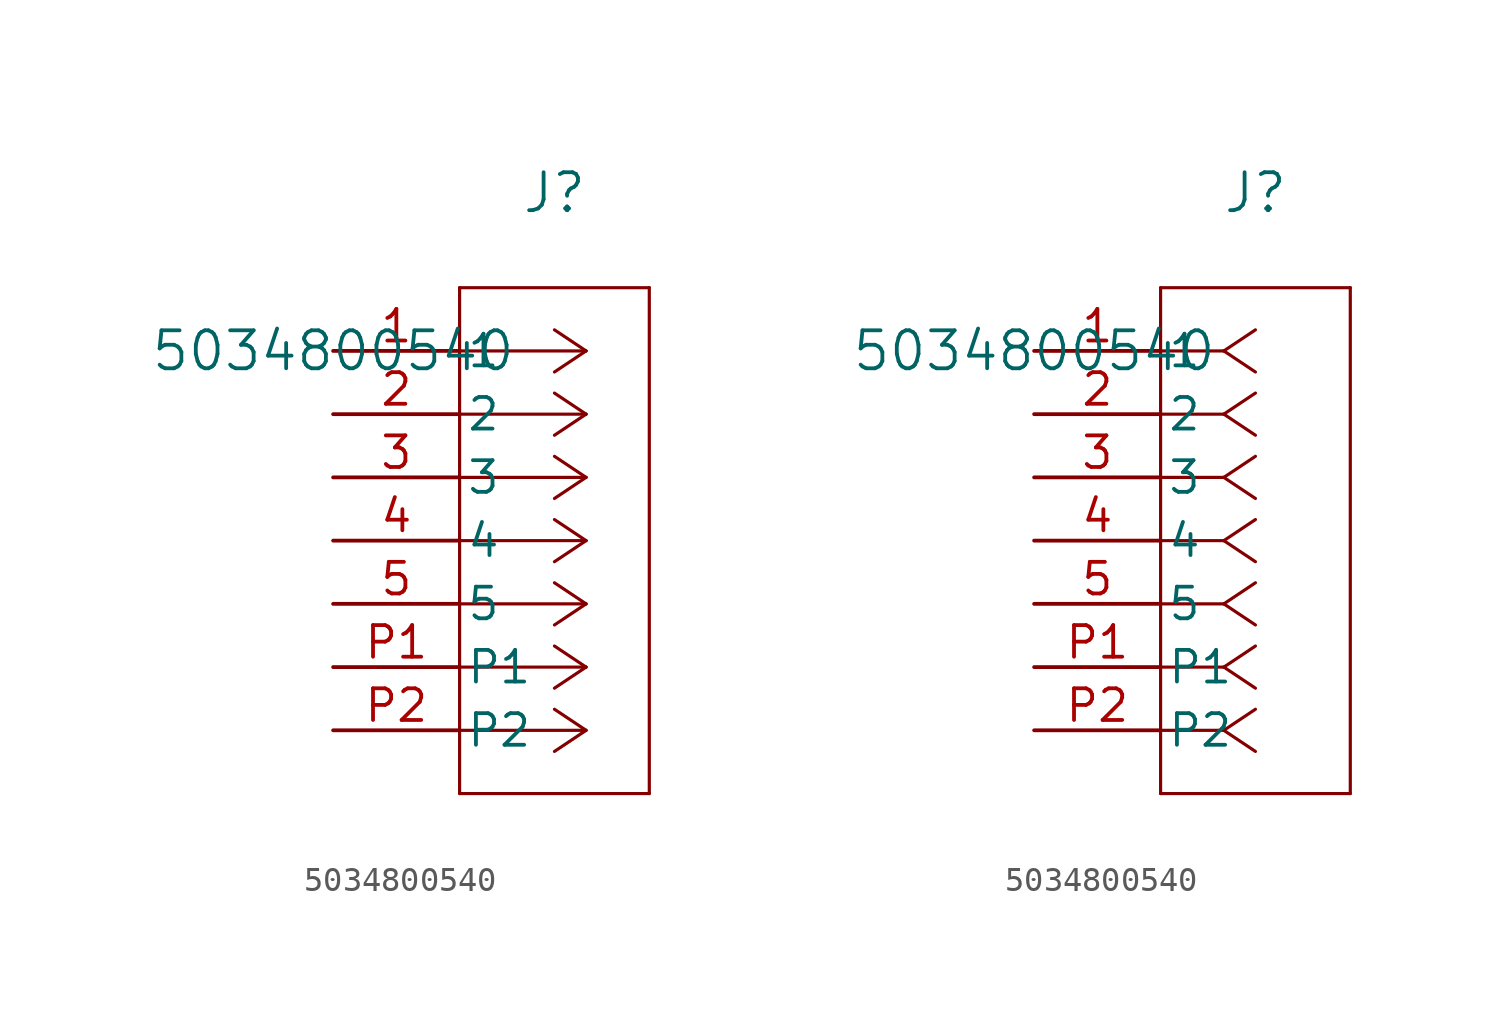
<source format=kicad_sym>
(kicad_symbol_lib
  (version 20231120)
  (generator "kicad_symbol_editor")
  (generator_version "8.99")
  (symbol "5034800540"
    (pin_names
      (offset 0.254))
    (property "Reference" "J"
      (at 8.89 6.35 0)
      (effects (font (size 1.524 1.524))))
    (property "Value" "5034800540"
      (at 0 0 0)
      (effects (font (size 1.524 1.524))))
    (symbol "5034800540_1_1"
      (polyline (pts (xy 5.08 -17.78) (xy 12.7 -17.78)) (stroke (width 0.127) (type default)) (fill (type none)))
      (polyline (pts (xy 5.08 2.54) (xy 5.08 -17.78)) (stroke (width 0.127) (type default)) (fill (type none)))
      (polyline (pts (xy 10.16 -15.24) (xy 5.08 -15.24)) (stroke (width 0.127) (type default)) (fill (type none)))
      (polyline (pts (xy 10.16 -15.24) (xy 8.89 -16.087)) (stroke (width 0.127) (type default)) (fill (type none)))
      (polyline (pts (xy 10.16 -15.24) (xy 8.89 -14.393)) (stroke (width 0.127) (type default)) (fill (type none)))
      (polyline (pts (xy 10.16 -12.7) (xy 5.08 -12.7)) (stroke (width 0.127) (type default)) (fill (type none)))
      (polyline (pts (xy 10.16 -12.7) (xy 8.89 -13.547)) (stroke (width 0.127) (type default)) (fill (type none)))
      (polyline (pts (xy 10.16 -12.7) (xy 8.89 -11.853)) (stroke (width 0.127) (type default)) (fill (type none)))
      (polyline (pts (xy 10.16 -10.16) (xy 5.08 -10.16)) (stroke (width 0.127) (type default)) (fill (type none)))
      (polyline (pts (xy 10.16 -10.16) (xy 8.89 -11.007)) (stroke (width 0.127) (type default)) (fill (type none)))
      (polyline (pts (xy 10.16 -10.16) (xy 8.89 -9.313)) (stroke (width 0.127) (type default)) (fill (type none)))
      (polyline (pts (xy 10.16 -7.62) (xy 5.08 -7.62)) (stroke (width 0.127) (type default)) (fill (type none)))
      (polyline (pts (xy 10.16 -7.62) (xy 8.89 -8.467)) (stroke (width 0.127) (type default)) (fill (type none)))
      (polyline (pts (xy 10.16 -7.62) (xy 8.89 -6.773)) (stroke (width 0.127) (type default)) (fill (type none)))
      (polyline (pts (xy 10.16 -5.08) (xy 5.08 -5.08)) (stroke (width 0.127) (type default)) (fill (type none)))
      (polyline (pts (xy 10.16 -5.08) (xy 8.89 -5.927)) (stroke (width 0.127) (type default)) (fill (type none)))
      (polyline (pts (xy 10.16 -5.08) (xy 8.89 -4.233)) (stroke (width 0.127) (type default)) (fill (type none)))
      (polyline (pts (xy 10.16 -2.54) (xy 5.08 -2.54)) (stroke (width 0.127) (type default)) (fill (type none)))
      (polyline (pts (xy 10.16 -2.54) (xy 8.89 -3.387)) (stroke (width 0.127) (type default)) (fill (type none)))
      (polyline (pts (xy 10.16 -2.54) (xy 8.89 -1.693)) (stroke (width 0.127) (type default)) (fill (type none)))
      (polyline (pts (xy 10.16 0) (xy 5.08 0)) (stroke (width 0.127) (type default)) (fill (type none)))
      (polyline (pts (xy 10.16 0) (xy 8.89 -0.847)) (stroke (width 0.127) (type default)) (fill (type none)))
      (polyline (pts (xy 10.16 0) (xy 8.89 0.847)) (stroke (width 0.127) (type default)) (fill (type none)))
      (polyline (pts (xy 12.7 -17.78) (xy 12.7 2.54)) (stroke (width 0.127) (type default)) (fill (type none)))
      (polyline (pts (xy 12.7 2.54) (xy 5.08 2.54)) (stroke (width 0.127) (type default)) (fill (type none)))
      (pin unspecified line (at 0 0 0) (length 5.08) (name "1" (effects (font (size 1.27 1.27)))) (number "1" (effects (font (size 1.27 1.27)))))
      (pin unspecified line (at 0 -2.54 0) (length 5.08) (name "2" (effects (font (size 1.27 1.27)))) (number "2" (effects (font (size 1.27 1.27)))))
      (pin unspecified line (at 0 -5.08 0) (length 5.08) (name "3" (effects (font (size 1.27 1.27)))) (number "3" (effects (font (size 1.27 1.27)))))
      (pin unspecified line (at 0 -7.62 0) (length 5.08) (name "4" (effects (font (size 1.27 1.27)))) (number "4" (effects (font (size 1.27 1.27)))))
      (pin unspecified line (at 0 -10.16 0) (length 5.08) (name "5" (effects (font (size 1.27 1.27)))) (number "5" (effects (font (size 1.27 1.27)))))
      (pin unspecified line (at 0 -12.7 0) (length 5.08) (name "P1" (effects (font (size 1.27 1.27)))) (number "P1" (effects (font (size 1.27 1.27)))))
      (pin unspecified line (at 0 -15.24 0) (length 5.08) (name "P2" (effects (font (size 1.27 1.27)))) (number "P2" (effects (font (size 1.27 1.27))))))
    (symbol "5034800540_1_2"
      (polyline (pts (xy 5.08 -17.78) (xy 12.7 -17.78)) (stroke (width 0.127) (type default)) (fill (type none)))
      (polyline (pts (xy 5.08 2.54) (xy 5.08 -17.78)) (stroke (width 0.127) (type default)) (fill (type none)))
      (polyline (pts (xy 7.62 -15.24) (xy 5.08 -15.24)) (stroke (width 0.127) (type default)) (fill (type none)))
      (polyline (pts (xy 7.62 -15.24) (xy 8.89 -16.087)) (stroke (width 0.127) (type default)) (fill (type none)))
      (polyline (pts (xy 7.62 -15.24) (xy 8.89 -14.393)) (stroke (width 0.127) (type default)) (fill (type none)))
      (polyline (pts (xy 7.62 -12.7) (xy 5.08 -12.7)) (stroke (width 0.127) (type default)) (fill (type none)))
      (polyline (pts (xy 7.62 -12.7) (xy 8.89 -13.547)) (stroke (width 0.127) (type default)) (fill (type none)))
      (polyline (pts (xy 7.62 -12.7) (xy 8.89 -11.853)) (stroke (width 0.127) (type default)) (fill (type none)))
      (polyline (pts (xy 7.62 -10.16) (xy 5.08 -10.16)) (stroke (width 0.127) (type default)) (fill (type none)))
      (polyline (pts (xy 7.62 -10.16) (xy 8.89 -11.007)) (stroke (width 0.127) (type default)) (fill (type none)))
      (polyline (pts (xy 7.62 -10.16) (xy 8.89 -9.313)) (stroke (width 0.127) (type default)) (fill (type none)))
      (polyline (pts (xy 7.62 -7.62) (xy 5.08 -7.62)) (stroke (width 0.127) (type default)) (fill (type none)))
      (polyline (pts (xy 7.62 -7.62) (xy 8.89 -8.467)) (stroke (width 0.127) (type default)) (fill (type none)))
      (polyline (pts (xy 7.62 -7.62) (xy 8.89 -6.773)) (stroke (width 0.127) (type default)) (fill (type none)))
      (polyline (pts (xy 7.62 -5.08) (xy 5.08 -5.08)) (stroke (width 0.127) (type default)) (fill (type none)))
      (polyline (pts (xy 7.62 -5.08) (xy 8.89 -5.927)) (stroke (width 0.127) (type default)) (fill (type none)))
      (polyline (pts (xy 7.62 -5.08) (xy 8.89 -4.233)) (stroke (width 0.127) (type default)) (fill (type none)))
      (polyline (pts (xy 7.62 -2.54) (xy 5.08 -2.54)) (stroke (width 0.127) (type default)) (fill (type none)))
      (polyline (pts (xy 7.62 -2.54) (xy 8.89 -3.387)) (stroke (width 0.127) (type default)) (fill (type none)))
      (polyline (pts (xy 7.62 -2.54) (xy 8.89 -1.693)) (stroke (width 0.127) (type default)) (fill (type none)))
      (polyline (pts (xy 7.62 0) (xy 5.08 0)) (stroke (width 0.127) (type default)) (fill (type none)))
      (polyline (pts (xy 7.62 0) (xy 8.89 -0.847)) (stroke (width 0.127) (type default)) (fill (type none)))
      (polyline (pts (xy 7.62 0) (xy 8.89 0.847)) (stroke (width 0.127) (type default)) (fill (type none)))
      (polyline (pts (xy 12.7 -17.78) (xy 12.7 2.54)) (stroke (width 0.127) (type default)) (fill (type none)))
      (polyline (pts (xy 12.7 2.54) (xy 5.08 2.54)) (stroke (width 0.127) (type default)) (fill (type none)))
      (pin unspecified line (at 0 0 0) (length 5.08) (name "1" (effects (font (size 1.27 1.27)))) (number "1" (effects (font (size 1.27 1.27)))))
      (pin unspecified line (at 0 -2.54 0) (length 5.08) (name "2" (effects (font (size 1.27 1.27)))) (number "2" (effects (font (size 1.27 1.27)))))
      (pin unspecified line (at 0 -5.08 0) (length 5.08) (name "3" (effects (font (size 1.27 1.27)))) (number "3" (effects (font (size 1.27 1.27)))))
      (pin unspecified line (at 0 -7.62 0) (length 5.08) (name "4" (effects (font (size 1.27 1.27)))) (number "4" (effects (font (size 1.27 1.27)))))
      (pin unspecified line (at 0 -10.16 0) (length 5.08) (name "5" (effects (font (size 1.27 1.27)))) (number "5" (effects (font (size 1.27 1.27)))))
      (pin unspecified line (at 0 -12.7 0) (length 5.08) (name "P1" (effects (font (size 1.27 1.27)))) (number "P1" (effects (font (size 1.27 1.27)))))
      (pin unspecified line (at 0 -15.24 0) (length 5.08) (name "P2" (effects (font (size 1.27 1.27)))) (number "P2" (effects (font (size 1.27 1.27))))))))
</source>
